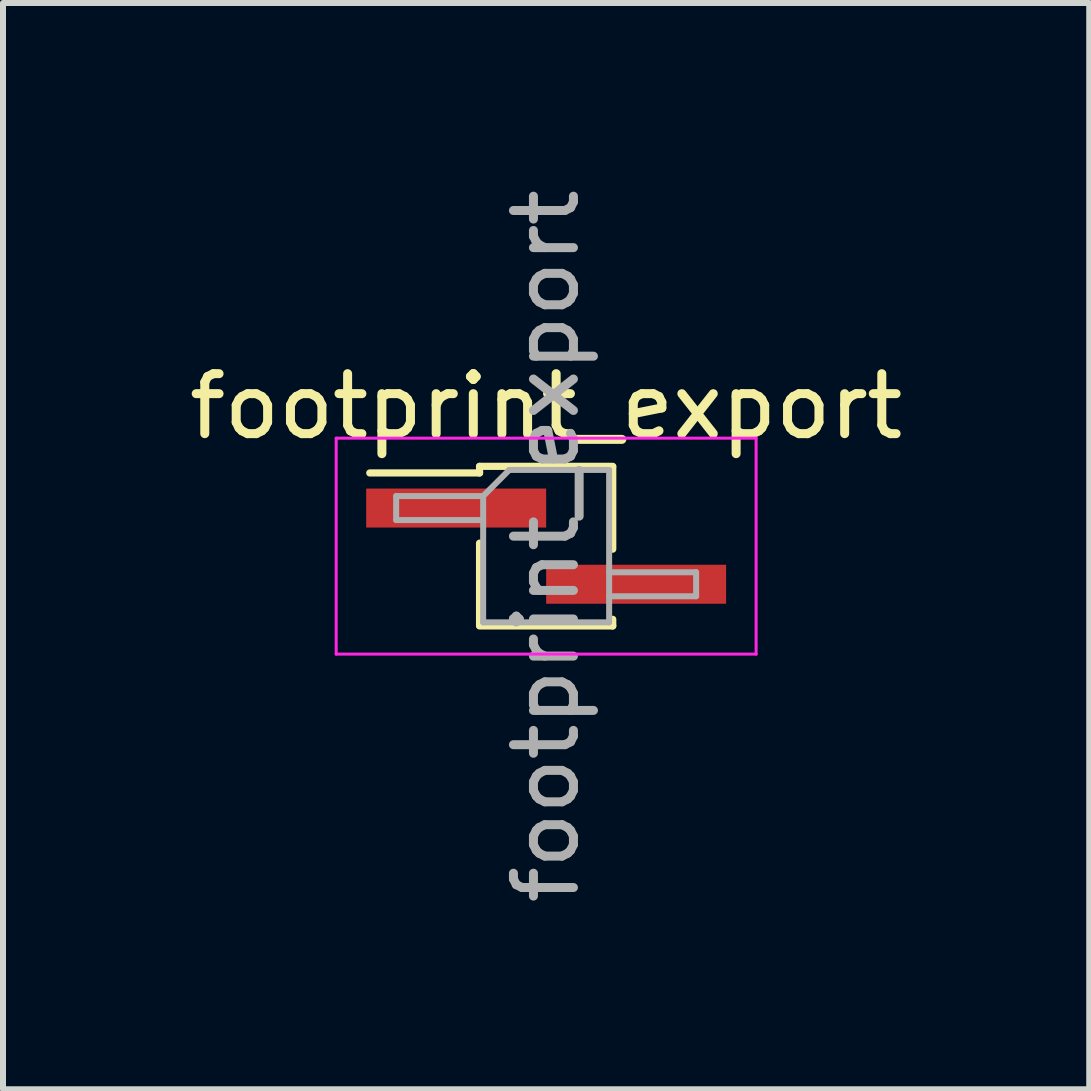
<source format=kicad_pcb>
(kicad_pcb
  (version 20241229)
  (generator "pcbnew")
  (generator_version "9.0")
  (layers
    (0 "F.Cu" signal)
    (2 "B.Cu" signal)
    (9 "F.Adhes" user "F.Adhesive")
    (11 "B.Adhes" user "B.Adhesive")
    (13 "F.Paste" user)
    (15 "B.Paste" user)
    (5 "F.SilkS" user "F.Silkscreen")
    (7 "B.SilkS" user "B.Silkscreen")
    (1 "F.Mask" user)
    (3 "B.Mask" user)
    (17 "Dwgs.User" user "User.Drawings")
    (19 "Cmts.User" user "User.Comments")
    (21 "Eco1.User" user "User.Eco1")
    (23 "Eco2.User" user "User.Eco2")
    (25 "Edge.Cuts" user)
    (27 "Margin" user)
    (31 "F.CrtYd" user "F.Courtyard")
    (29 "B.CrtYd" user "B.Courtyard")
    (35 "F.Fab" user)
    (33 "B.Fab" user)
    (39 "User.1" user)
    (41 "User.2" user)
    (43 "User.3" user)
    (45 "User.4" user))
  (footprint "footprint_export"
    (layer "F.Cu")
    (at 6.054 6.054)
    (property "Reference" "footprint_export" (at 0 -2.33 0) (layer "F.SilkS") (effects (font (size 1 1) (thickness 0.15))))
    (attr smd)
    (fp_line (start -1.11 -1.33) (end -1.11 -1.22) (stroke (width 0.12) (type solid)) (layer "F.SilkS"))
    (fp_line (start -1.11 -1.33) (end 1.11 -1.33) (stroke (width 0.12) (type solid)) (layer "F.SilkS"))
    (fp_line (start -1.11 -1.22) (end -2.94 -1.22) (stroke (width 0.12) (type solid)) (layer "F.SilkS"))
    (fp_line (start -1.11 -0.05) (end -1.11 1.32) (stroke (width 0.12) (type solid)) (layer "F.SilkS"))
    (fp_line (start -1.11 1.33) (end 1.11 1.33) (stroke (width 0.12) (type solid)) (layer "F.SilkS"))
    (fp_line (start 1.11 -1.32) (end 1.11 0.05) (stroke (width 0.12) (type solid)) (layer "F.SilkS"))
    (fp_line (start 1.11 1.22) (end 1.11 1.33) (stroke (width 0.12) (type solid)) (layer "F.SilkS"))
    (fp_line (start -3.5 -1.8) (end -3.5 1.8) (stroke (width 0.05) (type solid)) (layer "F.CrtYd"))
    (fp_line (start -3.5 1.8) (end 3.5 1.8) (stroke (width 0.05) (type solid)) (layer "F.CrtYd"))
    (fp_line (start 3.5 -1.8) (end -3.5 -1.8) (stroke (width 0.05) (type solid)) (layer "F.CrtYd"))
    (fp_line (start 3.5 1.8) (end 3.5 -1.8) (stroke (width 0.05) (type solid)) (layer "F.CrtYd"))
    (fp_line (start -2.5 -0.835) (end -2.5 -0.435) (stroke (width 0.1) (type solid)) (layer "F.Fab"))
    (fp_line (start -2.5 -0.435) (end -1.05 -0.435) (stroke (width 0.1) (type solid)) (layer "F.Fab"))
    (fp_line (start -1.05 -0.835) (end -2.5 -0.835) (stroke (width 0.1) (type solid)) (layer "F.Fab"))
    (fp_line (start -1.05 -0.835) (end -0.615 -1.27) (stroke (width 0.1) (type solid)) (layer "F.Fab"))
    (fp_line (start -1.05 1.27) (end -1.05 -0.835) (stroke (width 0.1) (type solid)) (layer "F.Fab"))
    (fp_line (start -0.615 -1.27) (end 1.05 -1.27) (stroke (width 0.1) (type solid)) (layer "F.Fab"))
    (fp_line (start 1.05 -1.27) (end 1.05 1.27) (stroke (width 0.1) (type solid)) (layer "F.Fab"))
    (fp_line (start 1.05 0.435) (end 2.5 0.435) (stroke (width 0.1) (type solid)) (layer "F.Fab"))
    (fp_line (start 1.05 1.27) (end -1.05 1.27) (stroke (width 0.1) (type solid)) (layer "F.Fab"))
    (fp_line (start 2.5 0.435) (end 2.5 0.835) (stroke (width 0.1) (type solid)) (layer "F.Fab"))
    (fp_line (start 2.5 0.835) (end 1.05 0.835) (stroke (width 0.1) (type solid)) (layer "F.Fab"))
    (fp_text user "${REFERENCE}" (at 0 0 90) (layer "F.Fab") (effects (font (size 1 1) (thickness 0.15))))
    (pad "1" smd rect (at -1.5 -0.635) (size 3 0.65) (layers "F.Cu" "F.Mask" "F.Paste"))
    (pad "2" smd rect (at 1.5 0.635) (size 3 0.65) (layers "F.Cu" "F.Mask" "F.Paste")))
  (gr_rect
    (start -3 -3)
    (end 15.107 15.107)
    (stroke (width 0.1) (type default))
    (fill no)
    (layer "Edge.Cuts")))
</source>
